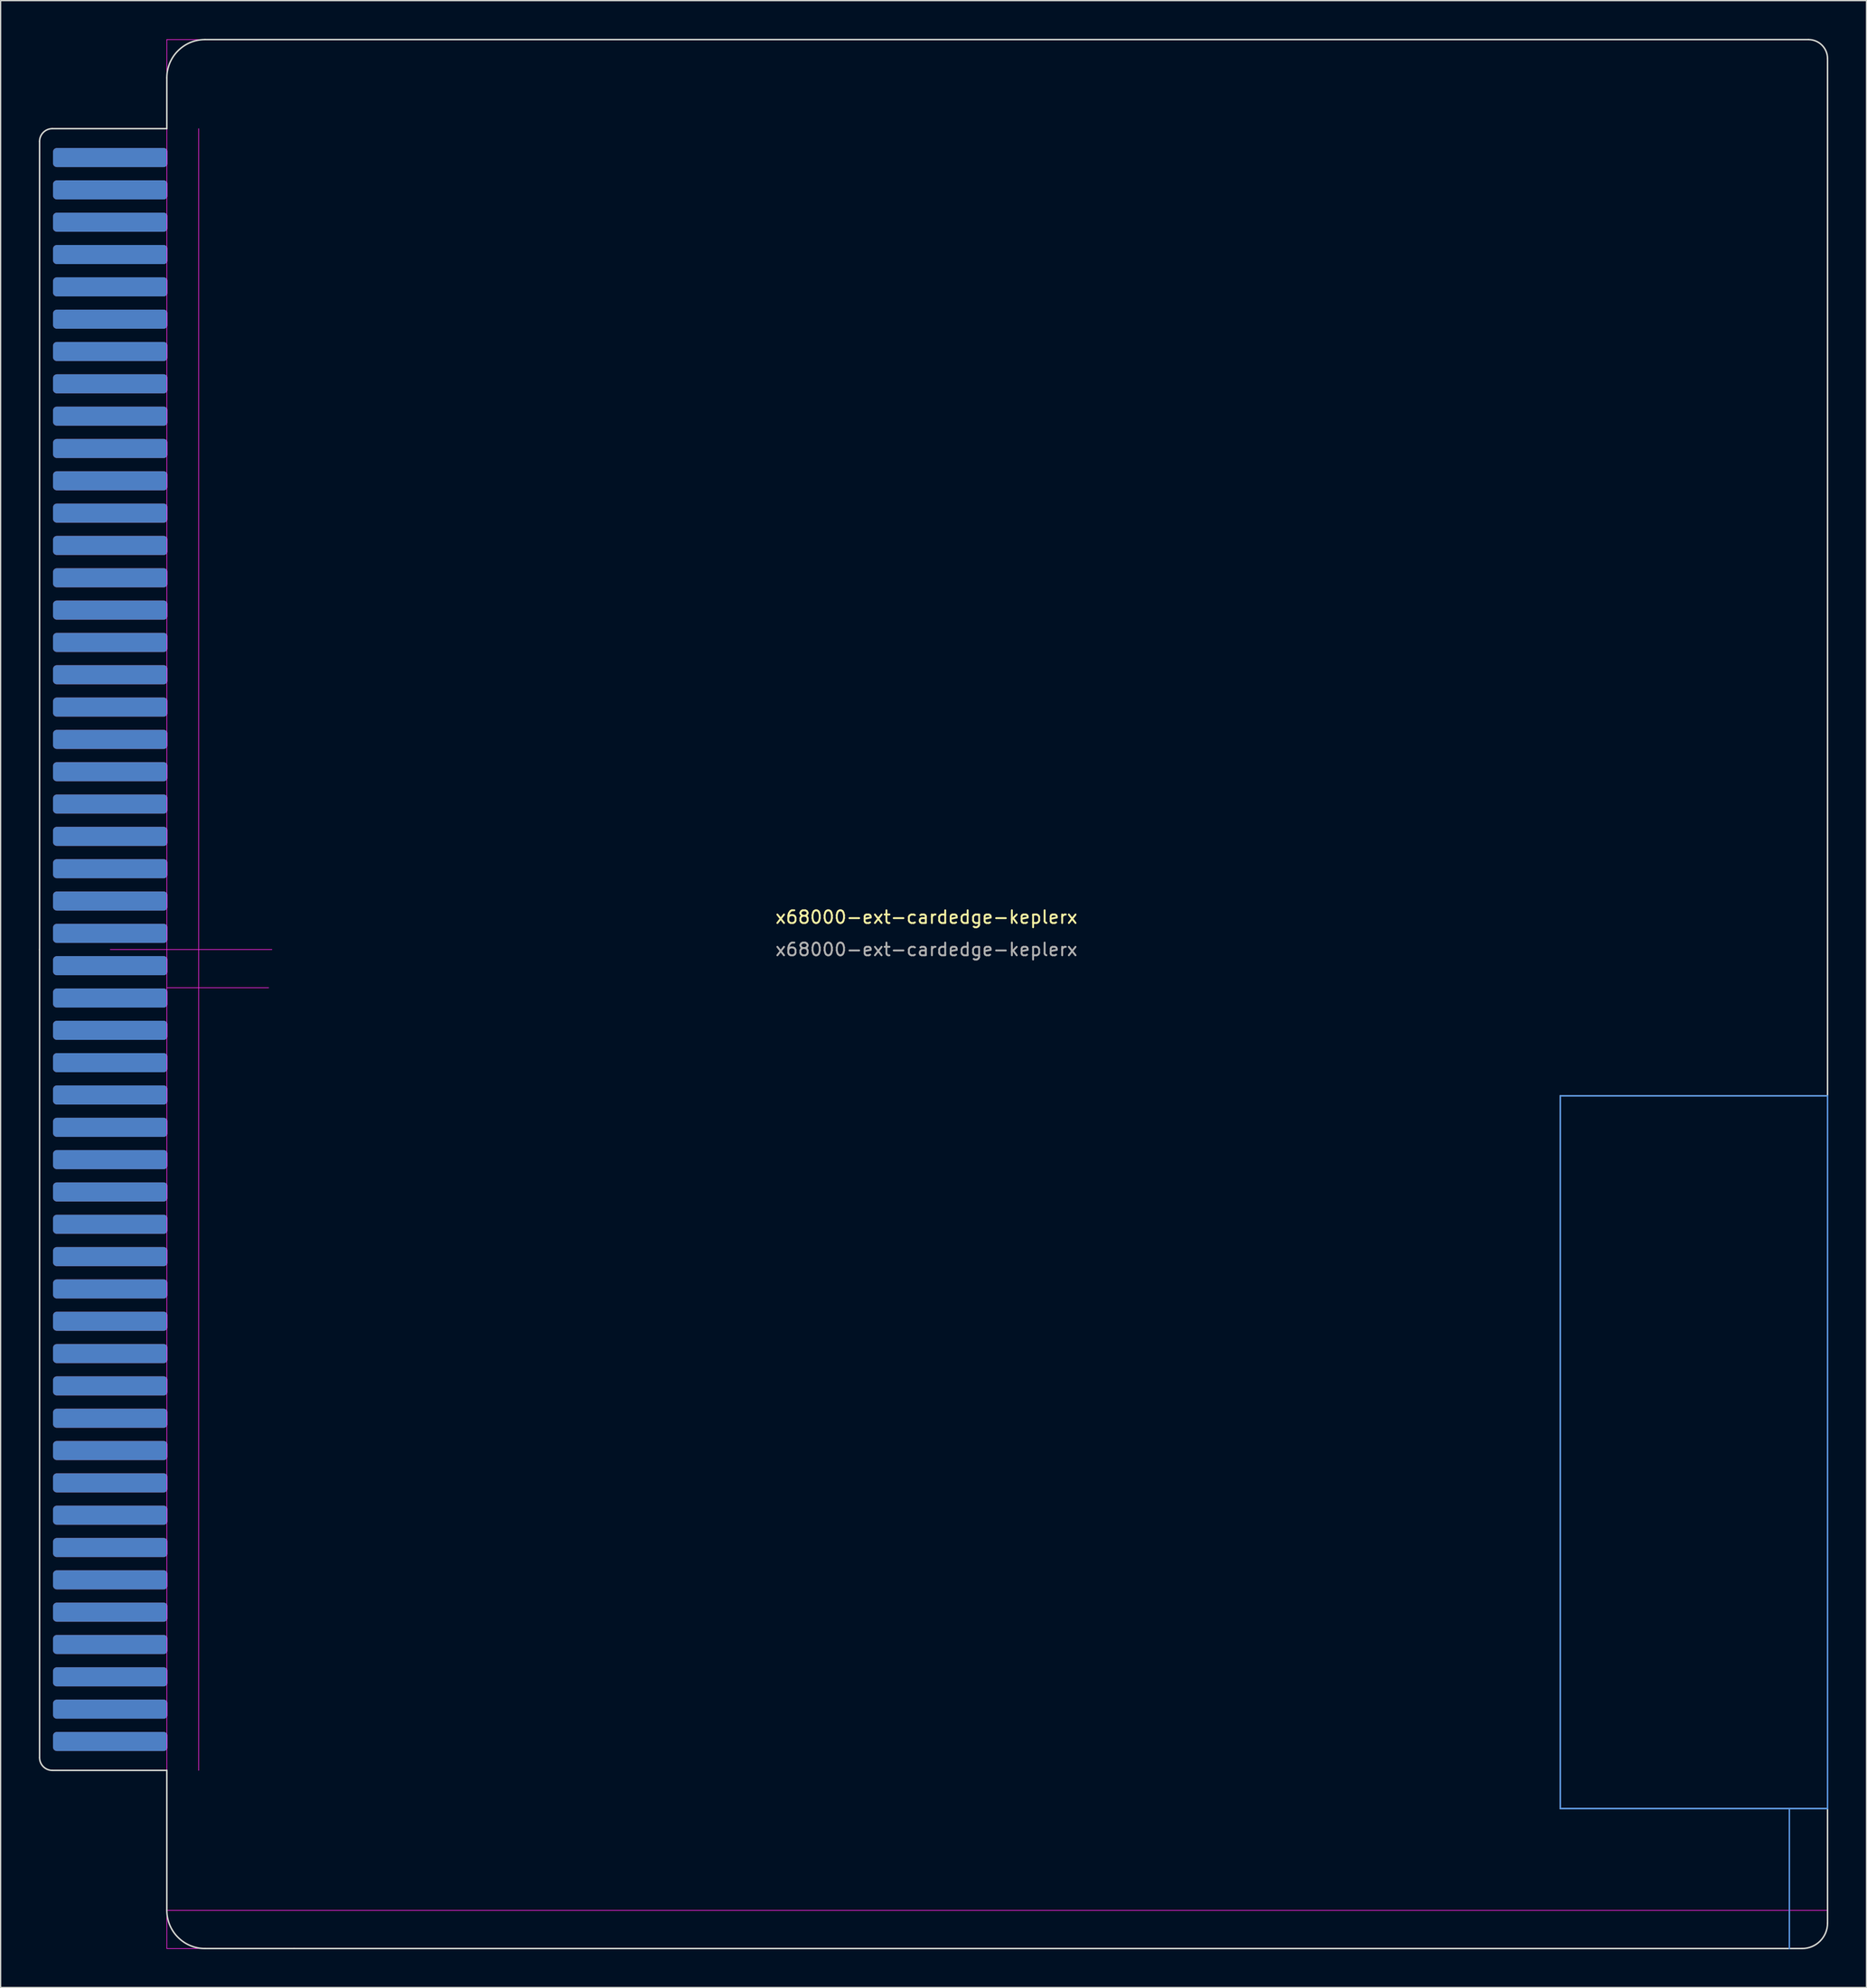
<source format=kicad_pcb>
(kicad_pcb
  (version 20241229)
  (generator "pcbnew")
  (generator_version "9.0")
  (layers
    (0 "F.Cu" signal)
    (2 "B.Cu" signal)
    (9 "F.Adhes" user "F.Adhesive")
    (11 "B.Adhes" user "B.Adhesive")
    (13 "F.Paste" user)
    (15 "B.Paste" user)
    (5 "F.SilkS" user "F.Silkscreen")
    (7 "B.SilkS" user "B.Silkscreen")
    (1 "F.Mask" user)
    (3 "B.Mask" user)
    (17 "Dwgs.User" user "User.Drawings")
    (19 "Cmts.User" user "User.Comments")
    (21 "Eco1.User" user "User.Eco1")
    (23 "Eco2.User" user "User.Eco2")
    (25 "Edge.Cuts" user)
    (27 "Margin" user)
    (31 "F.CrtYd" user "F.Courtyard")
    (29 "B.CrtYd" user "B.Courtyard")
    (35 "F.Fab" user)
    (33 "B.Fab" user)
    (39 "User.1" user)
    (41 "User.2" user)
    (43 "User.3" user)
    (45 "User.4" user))
  (footprint "x68000-ext-cardedge-keplerx"
    (layer "F.Cu")
    (at 10.06 71.56)
    (property "Reference" "x68000-ext-cardedge-keplerx" (at 59.69 -2.54 0) (unlocked yes) (layer "F.SilkS") (effects (font (size 1 1) (thickness 0.15))))
    (attr smd)
    (fp_line (start 127.5 78.5) (end 127.5 67.5) (stroke (width 0.12) (type solid)) (layer "Cmts.User"))
    (fp_rect (start 130.5 67.5) (end 109.5 11.5) (stroke (width 0.12) (type solid)) (fill no) (layer "Cmts.User"))
    (fp_line (start -10 -63.5) (end -10 0) (stroke (width 0.12) (type solid)) (layer "Edge.Cuts"))
    (fp_line (start -10 63.5) (end -10 0) (stroke (width 0.12) (type solid)) (layer "Edge.Cuts"))
    (fp_line (start 0 -68.5) (end 0 -64.5) (stroke (width 0.12) (type solid)) (layer "Edge.Cuts"))
    (fp_line (start 0 -64.5) (end -9 -64.5) (stroke (width 0.12) (type solid)) (layer "Edge.Cuts"))
    (fp_line (start 0 64.5) (end -9 64.5) (stroke (width 0.12) (type solid)) (layer "Edge.Cuts"))
    (fp_line (start 0 75.5) (end 0 64.5) (stroke (width 0.12) (type solid)) (layer "Edge.Cuts"))
    (fp_line (start 3 -71.5) (end 129 -71.5) (stroke (width 0.12) (type solid)) (layer "Edge.Cuts"))
    (fp_line (start 3 78.5) (end 10 78.5) (stroke (width 0.12) (type solid)) (layer "Edge.Cuts"))
    (fp_line (start 10 78.5) (end 128.5 78.5) (stroke (width 0.12) (type solid)) (layer "Edge.Cuts"))
    (fp_line (start 109.5 11.5) (end 109.5 67.5) (stroke (width 0.12) (type solid)) (layer "Edge.Cuts"))
    (fp_line (start 109.5 67.5) (end 130.5 67.5) (stroke (width 0.12) (type solid)) (layer "Edge.Cuts"))
    (fp_line (start 130.5 -70) (end 130.5 11.5) (stroke (width 0.12) (type solid)) (layer "Edge.Cuts"))
    (fp_line (start 130.5 11.5) (end 109.5 11.5) (stroke (width 0.12) (type solid)) (layer "Edge.Cuts"))
    (fp_line (start 130.5 67.5) (end 130.5 76.5) (stroke (width 0.12) (type solid)) (layer "Edge.Cuts"))
    (fp_arc (start -10 -63.5) (mid -9.707107 -64.207107) (end -9 -64.5) (stroke (width 0.12) (type solid)) (layer "Edge.Cuts"))
    (fp_arc (start -9 64.5) (mid -9.707107 64.207107) (end -10 63.5) (stroke (width 0.12) (type solid)) (layer "Edge.Cuts"))
    (fp_arc (start 0 -68.5) (mid 0.87868 -70.62132) (end 3 -71.5) (stroke (width 0.12) (type solid)) (layer "Edge.Cuts"))
    (fp_arc (start 3 78.5) (mid 0.87868 77.62132) (end 0 75.5) (stroke (width 0.12) (type solid)) (layer "Edge.Cuts"))
    (fp_arc (start 129 -71.5) (mid 130.06066 -71.06066) (end 130.5 -70) (stroke (width 0.12) (type solid)) (layer "Edge.Cuts"))
    (fp_arc (start 130.5 76.5) (mid 129.914214 77.914214) (end 128.5 78.5) (stroke (width 0.12) (type solid)) (layer "Edge.Cuts"))
    (fp_line (start -4.445 0) (end 8.255 0) (stroke (width 0.05) (type solid)) (layer "F.CrtYd"))
    (fp_line (start 0 -71.5) (end 10 -71.5) (stroke (width 0.05) (type solid)) (layer "F.CrtYd"))
    (fp_line (start 0 3) (end 0 -71.5) (stroke (width 0.05) (type solid)) (layer "F.CrtYd"))
    (fp_line (start 0 3) (end 0 78.5) (stroke (width 0.05) (type solid)) (layer "F.CrtYd"))
    (fp_line (start 0 3) (end 8 3) (stroke (width 0.05) (type solid)) (layer "F.CrtYd"))
    (fp_line (start 0 75.5) (end 130.5 75.5) (stroke (width 0.05) (type solid)) (layer "F.CrtYd"))
    (fp_line (start 0 78.5) (end 10 78.5) (stroke (width 0.05) (type solid)) (layer "F.CrtYd"))
    (fp_line (start 2.5 0) (end 2.5 -64.5) (stroke (width 0.05) (type solid)) (layer "F.CrtYd"))
    (fp_line (start 2.5 0) (end 2.5 64.5) (stroke (width 0.05) (type solid)) (layer "F.CrtYd"))
    (fp_text user "${REFERENCE}" (at 59.69 0 0) (unlocked yes) (layer "F.Fab") (effects (font (size 1 1) (thickness 0.15))))
    (pad "A1" connect roundrect (at -4.445 62.23) (size 9 1.5) (layers "F.Cu" "F.Mask") (roundrect_rratio 0.2))
    (pad "A2" connect roundrect (at -4.445 59.69) (size 9 1.5) (layers "F.Cu" "F.Mask") (roundrect_rratio 0.2))
    (pad "A3" connect roundrect (at -4.445 57.15) (size 9 1.5) (layers "F.Cu" "F.Mask") (roundrect_rratio 0.2))
    (pad "A4" connect roundrect (at -4.445 54.61) (size 9 1.5) (layers "F.Cu" "F.Mask") (roundrect_rratio 0.2))
    (pad "A5" connect roundrect (at -4.445 52.07) (size 9 1.5) (layers "F.Cu" "F.Mask") (roundrect_rratio 0.2))
    (pad "A6" connect roundrect (at -4.445 49.53) (size 9 1.5) (layers "F.Cu" "F.Mask") (roundrect_rratio 0.2))
    (pad "A7" connect roundrect (at -4.445 46.99) (size 9 1.5) (layers "F.Cu" "F.Mask") (roundrect_rratio 0.2))
    (pad "A8" connect roundrect (at -4.445 44.45) (size 9 1.5) (layers "F.Cu" "F.Mask") (roundrect_rratio 0.2))
    (pad "A9" connect roundrect (at -4.445 41.91) (size 9 1.5) (layers "F.Cu" "F.Mask") (roundrect_rratio 0.2))
    (pad "A10" connect roundrect (at -4.445 39.37) (size 9 1.5) (layers "F.Cu" "F.Mask") (roundrect_rratio 0.2))
    (pad "A11" connect roundrect (at -4.445 36.83) (size 9 1.5) (layers "F.Cu" "F.Mask") (roundrect_rratio 0.2))
    (pad "A12" connect roundrect (at -4.445 34.29) (size 9 1.5) (layers "F.Cu" "F.Mask") (roundrect_rratio 0.2))
    (pad "A13" connect roundrect (at -4.445 31.75) (size 9 1.5) (layers "F.Cu" "F.Mask") (roundrect_rratio 0.2))
    (pad "A14" connect roundrect (at -4.445 29.21) (size 9 1.5) (layers "F.Cu" "F.Mask") (roundrect_rratio 0.2))
    (pad "A15" connect roundrect (at -4.445 26.67) (size 9 1.5) (layers "F.Cu" "F.Mask") (roundrect_rratio 0.2))
    (pad "A16" connect roundrect (at -4.445 24.13) (size 9 1.5) (layers "F.Cu" "F.Mask") (roundrect_rratio 0.2))
    (pad "A17" connect roundrect (at -4.445 21.59) (size 9 1.5) (layers "F.Cu" "F.Mask") (roundrect_rratio 0.2))
    (pad "A18" connect roundrect (at -4.445 19.05) (size 9 1.5) (layers "F.Cu" "F.Mask") (roundrect_rratio 0.2))
    (pad "A19" connect roundrect (at -4.445 16.51) (size 9 1.5) (layers "F.Cu" "F.Mask") (roundrect_rratio 0.2))
    (pad "A20" connect roundrect (at -4.445 13.97) (size 9 1.5) (layers "F.Cu" "F.Mask") (roundrect_rratio 0.2))
    (pad "A21" connect roundrect (at -4.445 11.43) (size 9 1.5) (layers "F.Cu" "F.Mask") (roundrect_rratio 0.2))
    (pad "A22" connect roundrect (at -4.445 8.89) (size 9 1.5) (layers "F.Cu" "F.Mask") (roundrect_rratio 0.2))
    (pad "A23" connect roundrect (at -4.445 6.35) (size 9 1.5) (layers "F.Cu" "F.Mask") (roundrect_rratio 0.2))
    (pad "A24" connect roundrect (at -4.445 3.81) (size 9 1.5) (layers "F.Cu" "F.Mask") (roundrect_rratio 0.2))
    (pad "A25" connect roundrect (at -4.445 1.27) (size 9 1.5) (layers "F.Cu" "F.Mask") (roundrect_rratio 0.2))
    (pad "A26" connect roundrect (at -4.445 -1.27) (size 9 1.5) (layers "F.Cu" "F.Mask") (roundrect_rratio 0.2))
    (pad "A27" connect roundrect (at -4.445 -3.81) (size 9 1.5) (layers "F.Cu" "F.Mask") (roundrect_rratio 0.2))
    (pad "A28" connect roundrect (at -4.445 -6.35) (size 9 1.5) (layers "F.Cu" "F.Mask") (roundrect_rratio 0.2))
    (pad "A29" connect roundrect (at -4.445 -8.89) (size 9 1.5) (layers "F.Cu" "F.Mask") (roundrect_rratio 0.2))
    (pad "A30" connect roundrect (at -4.445 -11.43) (size 9 1.5) (layers "F.Cu" "F.Mask") (roundrect_rratio 0.2))
    (pad "A31" connect roundrect (at -4.445 -13.97) (size 9 1.5) (layers "F.Cu" "F.Mask") (roundrect_rratio 0.2))
    (pad "A32" connect roundrect (at -4.445 -16.51) (size 9 1.5) (layers "F.Cu" "F.Mask") (roundrect_rratio 0.2))
    (pad "A33" connect roundrect (at -4.445 -19.05) (size 9 1.5) (layers "F.Cu" "F.Mask") (roundrect_rratio 0.2))
    (pad "A34" connect roundrect (at -4.445 -21.59) (size 9 1.5) (layers "F.Cu" "F.Mask") (roundrect_rratio 0.2))
    (pad "A35" connect roundrect (at -4.445 -24.13) (size 9 1.5) (layers "F.Cu" "F.Mask") (roundrect_rratio 0.2))
    (pad "A36" connect roundrect (at -4.445 -26.67) (size 9 1.5) (layers "F.Cu" "F.Mask") (roundrect_rratio 0.2))
    (pad "A37" connect roundrect (at -4.445 -29.21) (size 9 1.5) (layers "F.Cu" "F.Mask") (roundrect_rratio 0.2))
    (pad "A38" connect roundrect (at -4.445 -31.75) (size 9 1.5) (layers "F.Cu" "F.Mask") (roundrect_rratio 0.2))
    (pad "A39" connect roundrect (at -4.445 -34.29) (size 9 1.5) (layers "F.Cu" "F.Mask") (roundrect_rratio 0.2))
    (pad "A40" connect roundrect (at -4.445 -36.83) (size 9 1.5) (layers "F.Cu" "F.Mask") (roundrect_rratio 0.2))
    (pad "A41" connect roundrect (at -4.445 -39.37) (size 9 1.5) (layers "F.Cu" "F.Mask") (roundrect_rratio 0.2))
    (pad "A42" connect roundrect (at -4.445 -41.91) (size 9 1.5) (layers "F.Cu" "F.Mask") (roundrect_rratio 0.2))
    (pad "A43" connect roundrect (at -4.445 -44.45) (size 9 1.5) (layers "F.Cu" "F.Mask") (roundrect_rratio 0.2))
    (pad "A44" connect roundrect (at -4.445 -46.99) (size 9 1.5) (layers "F.Cu" "F.Mask") (roundrect_rratio 0.2))
    (pad "A45" connect roundrect (at -4.445 -49.53) (size 9 1.5) (layers "F.Cu" "F.Mask") (roundrect_rratio 0.2))
    (pad "A46" connect roundrect (at -4.445 -52.07) (size 9 1.5) (layers "F.Cu" "F.Mask") (roundrect_rratio 0.2))
    (pad "A47" connect roundrect (at -4.445 -54.61) (size 9 1.5) (layers "F.Cu" "F.Mask") (roundrect_rratio 0.2))
    (pad "A48" connect roundrect (at -4.445 -57.15) (size 9 1.5) (layers "F.Cu" "F.Mask") (roundrect_rratio 0.2))
    (pad "A49" connect roundrect (at -4.445 -59.69) (size 9 1.5) (layers "F.Cu" "F.Mask") (roundrect_rratio 0.2))
    (pad "A50" connect roundrect (at -4.445 -62.23) (size 9 1.5) (layers "F.Cu" "F.Mask") (roundrect_rratio 0.2))
    (pad "B1" connect roundrect (at -4.445 62.23) (size 9 1.5) (layers "B.Cu" "B.Mask") (roundrect_rratio 0.2))
    (pad "B2" connect roundrect (at -4.445 59.69) (size 9 1.5) (layers "B.Cu" "B.Mask") (roundrect_rratio 0.2))
    (pad "B3" connect roundrect (at -4.445 57.15) (size 9 1.5) (layers "B.Cu" "B.Mask") (roundrect_rratio 0.2))
    (pad "B4" connect roundrect (at -4.445 54.61) (size 9 1.5) (layers "B.Cu" "B.Mask") (roundrect_rratio 0.2))
    (pad "B5" connect roundrect (at -4.445 52.07) (size 9 1.5) (layers "B.Cu" "B.Mask") (roundrect_rratio 0.2))
    (pad "B6" connect roundrect (at -4.445 49.53) (size 9 1.5) (layers "B.Cu" "B.Mask") (roundrect_rratio 0.2))
    (pad "B7" connect roundrect (at -4.445 46.99) (size 9 1.5) (layers "B.Cu" "B.Mask") (roundrect_rratio 0.2))
    (pad "B8" connect roundrect (at -4.445 44.45) (size 9 1.5) (layers "B.Cu" "B.Mask") (roundrect_rratio 0.2))
    (pad "B9" connect roundrect (at -4.445 41.91) (size 9 1.5) (layers "B.Cu" "B.Mask") (roundrect_rratio 0.2))
    (pad "B10" connect roundrect (at -4.445 39.37) (size 9 1.5) (layers "B.Cu" "B.Mask") (roundrect_rratio 0.2))
    (pad "B11" connect roundrect (at -4.445 36.83) (size 9 1.5) (layers "B.Cu" "B.Mask") (roundrect_rratio 0.2))
    (pad "B12" connect roundrect (at -4.445 34.29) (size 9 1.5) (layers "B.Cu" "B.Mask") (roundrect_rratio 0.2))
    (pad "B13" connect roundrect (at -4.445 31.75) (size 9 1.5) (layers "B.Cu" "B.Mask") (roundrect_rratio 0.2))
    (pad "B14" connect roundrect (at -4.445 29.21) (size 9 1.5) (layers "B.Cu" "B.Mask") (roundrect_rratio 0.2))
    (pad "B15" connect roundrect (at -4.445 26.67) (size 9 1.5) (layers "B.Cu" "B.Mask") (roundrect_rratio 0.2))
    (pad "B16" connect roundrect (at -4.445 24.13) (size 9 1.5) (layers "B.Cu" "B.Mask") (roundrect_rratio 0.2))
    (pad "B17" connect roundrect (at -4.445 21.59) (size 9 1.5) (layers "B.Cu" "B.Mask") (roundrect_rratio 0.2))
    (pad "B18" connect roundrect (at -4.445 19.05) (size 9 1.5) (layers "B.Cu" "B.Mask") (roundrect_rratio 0.2))
    (pad "B19" connect roundrect (at -4.445 16.51) (size 9 1.5) (layers "B.Cu" "B.Mask") (roundrect_rratio 0.2))
    (pad "B20" connect roundrect (at -4.445 13.97) (size 9 1.5) (layers "B.Cu" "B.Mask") (roundrect_rratio 0.2))
    (pad "B21" connect roundrect (at -4.445 11.43) (size 9 1.5) (layers "B.Cu" "B.Mask") (roundrect_rratio 0.2))
    (pad "B22" connect roundrect (at -4.445 8.89) (size 9 1.5) (layers "B.Cu" "B.Mask") (roundrect_rratio 0.2))
    (pad "B23" connect roundrect (at -4.445 6.35) (size 9 1.5) (layers "B.Cu" "B.Mask") (roundrect_rratio 0.2))
    (pad "B24" connect roundrect (at -4.445 3.81) (size 9 1.5) (layers "B.Cu" "B.Mask") (roundrect_rratio 0.2))
    (pad "B25" connect roundrect (at -4.445 1.27) (size 9 1.5) (layers "B.Cu" "B.Mask") (roundrect_rratio 0.2))
    (pad "B26" connect roundrect (at -4.445 -1.27) (size 9 1.5) (layers "B.Cu" "B.Mask") (roundrect_rratio 0.2))
    (pad "B27" connect roundrect (at -4.445 -3.81) (size 9 1.5) (layers "B.Cu" "B.Mask") (roundrect_rratio 0.2))
    (pad "B28" connect roundrect (at -4.445 -6.35) (size 9 1.5) (layers "B.Cu" "B.Mask") (roundrect_rratio 0.2))
    (pad "B29" connect roundrect (at -4.445 -8.89) (size 9 1.5) (layers "B.Cu" "B.Mask") (roundrect_rratio 0.2))
    (pad "B30" connect roundrect (at -4.445 -11.43) (size 9 1.5) (layers "B.Cu" "B.Mask") (roundrect_rratio 0.2))
    (pad "B31" connect roundrect (at -4.445 -13.97) (size 9 1.5) (layers "B.Cu" "B.Mask") (roundrect_rratio 0.2))
    (pad "B32" connect roundrect (at -4.445 -16.51) (size 9 1.5) (layers "B.Cu" "B.Mask") (roundrect_rratio 0.2))
    (pad "B33" connect roundrect (at -4.445 -19.05) (size 9 1.5) (layers "B.Cu" "B.Mask") (roundrect_rratio 0.2))
    (pad "B34" connect roundrect (at -4.445 -21.59) (size 9 1.5) (layers "B.Cu" "B.Mask") (roundrect_rratio 0.2))
    (pad "B35" connect roundrect (at -4.445 -24.13) (size 9 1.5) (layers "B.Cu" "B.Mask") (roundrect_rratio 0.2))
    (pad "B36" connect roundrect (at -4.445 -26.67) (size 9 1.5) (layers "B.Cu" "B.Mask") (roundrect_rratio 0.2))
    (pad "B37" connect roundrect (at -4.445 -29.21) (size 9 1.5) (layers "B.Cu" "B.Mask") (roundrect_rratio 0.2))
    (pad "B38" connect roundrect (at -4.445 -31.75) (size 9 1.5) (layers "B.Cu" "B.Mask") (roundrect_rratio 0.2))
    (pad "B39" connect roundrect (at -4.445 -34.29) (size 9 1.5) (layers "B.Cu" "B.Mask") (roundrect_rratio 0.2))
    (pad "B40" connect roundrect (at -4.445 -36.83) (size 9 1.5) (layers "B.Cu" "B.Mask") (roundrect_rratio 0.2))
    (pad "B41" connect roundrect (at -4.445 -39.37) (size 9 1.5) (layers "B.Cu" "B.Mask") (roundrect_rratio 0.2))
    (pad "B42" connect roundrect (at -4.445 -41.91) (size 9 1.5) (layers "B.Cu" "B.Mask") (roundrect_rratio 0.2))
    (pad "B43" connect roundrect (at -4.445 -44.45) (size 9 1.5) (layers "B.Cu" "B.Mask") (roundrect_rratio 0.2))
    (pad "B44" connect roundrect (at -4.445 -46.99) (size 9 1.5) (layers "B.Cu" "B.Mask") (roundrect_rratio 0.2))
    (pad "B45" connect roundrect (at -4.445 -49.53) (size 9 1.5) (layers "B.Cu" "B.Mask") (roundrect_rratio 0.2))
    (pad "B46" connect roundrect (at -4.445 -52.07) (size 9 1.5) (layers "B.Cu" "B.Mask") (roundrect_rratio 0.2))
    (pad "B47" connect roundrect (at -4.445 -54.61) (size 9 1.5) (layers "B.Cu" "B.Mask") (roundrect_rratio 0.2))
    (pad "B48" connect roundrect (at -4.445 -57.15) (size 9 1.5) (layers "B.Cu" "B.Mask") (roundrect_rratio 0.2))
    (pad "B49" connect roundrect (at -4.445 -59.69) (size 9 1.5) (layers "B.Cu" "B.Mask") (roundrect_rratio 0.2))
    (pad "B50" connect roundrect (at -4.445 -62.23) (size 9 1.5) (layers "B.Cu" "B.Mask") (roundrect_rratio 0.2)))
  (gr_rect
    (start -3 -3)
    (end 143.62 153.12)
    (stroke (width 0.1) (type default))
    (fill no)
    (layer "Edge.Cuts")))
</source>
